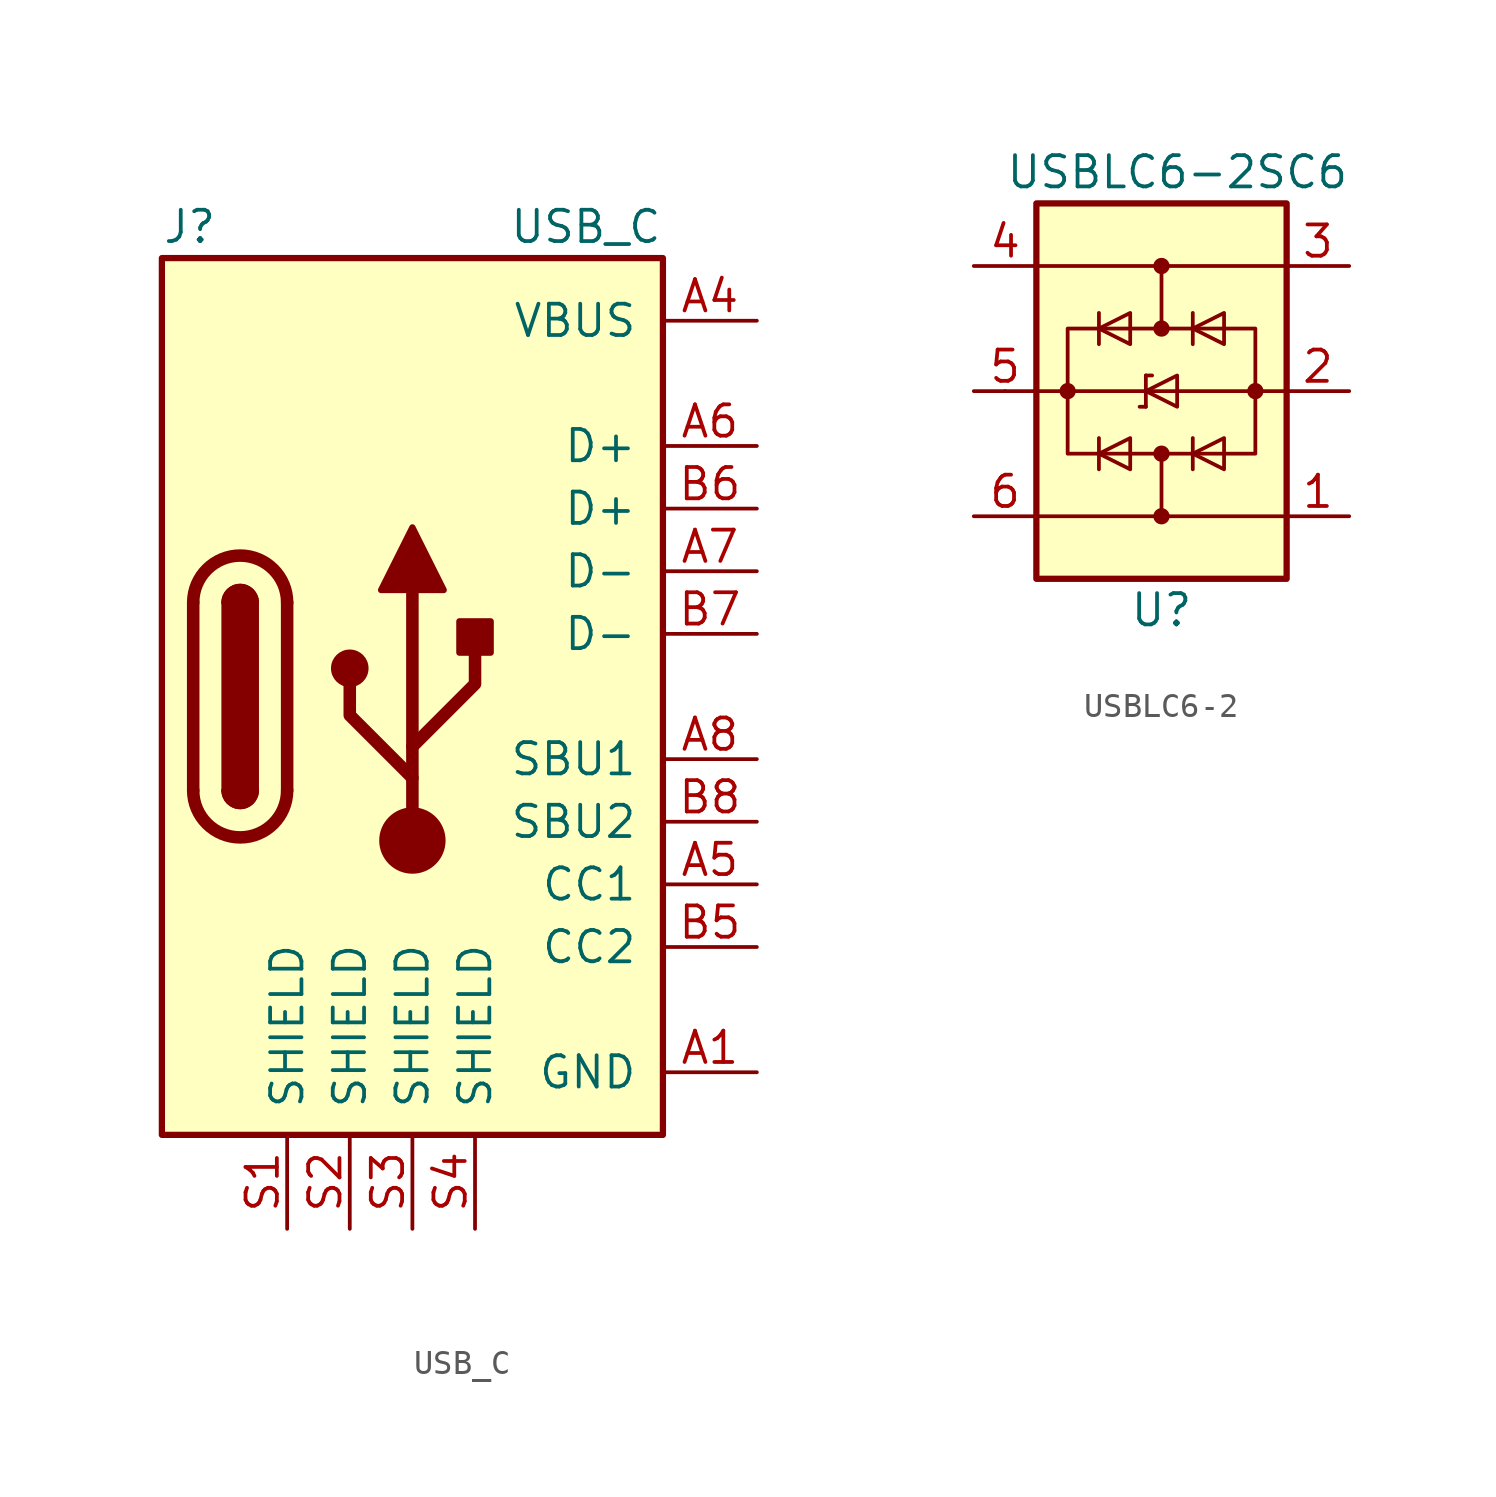
<source format=kicad_sym>
(kicad_symbol_lib
  (version 20220914)
  (generator kicad_symbol_editor)
  (symbol "USB_C"
    (pin_names
      (offset 1.016))
    (property "Reference" "J"
      (at -10.16 19.05 0)
      (effects (font (size 1.27 1.27)) (justify left)))
    (property "Value" "USB_C"
      (at 10.16 19.05 0)
      (effects (font (size 1.27 1.27)) (justify right)))
    (symbol "USB_C_0_1"
      (rectangle (start -10.16 17.78) (end 10.16 -17.78) (stroke (width 0.254) (type default)) (fill (type background)))
      (arc (start -8.89 -3.81) (mid -6.985 -5.7067) (end -5.08 -3.81) (stroke (width 0.508) (type default)) (fill (type none)))
      (arc (start -7.62 -3.81) (mid -6.985 -4.4423) (end -6.35 -3.81) (stroke (width 0.254) (type default)) (fill (type none)))
      (arc (start -7.62 -3.81) (mid -6.985 -4.4423) (end -6.35 -3.81) (stroke (width 0.254) (type default)) (fill (type outline)))
      (rectangle (start -7.62 3.81) (end -6.35 -3.81) (stroke (width 0.254) (type default)) (fill (type outline)))
      (arc (start -6.35 3.81) (mid -6.985 4.4423) (end -7.62 3.81) (stroke (width 0.254) (type default)) (fill (type none)))
      (arc (start -6.35 3.81) (mid -6.985 4.4423) (end -7.62 3.81) (stroke (width 0.254) (type default)) (fill (type outline)))
      (arc (start -5.08 3.81) (mid -6.985 5.7067) (end -8.89 3.81) (stroke (width 0.508) (type default)) (fill (type none)))
      (circle (center -2.54 1.143) (radius 0.635) (stroke (width 0.254) (type default)) (fill (type outline)))
      (circle (center 0 -5.842) (radius 1.27) (stroke (width 0) (type default)) (fill (type outline)))
      (polyline (pts (xy -8.89 -3.81) (xy -8.89 3.81)) (stroke (width 0.508) (type default)) (fill (type none)))
      (polyline (pts (xy -5.08 3.81) (xy -5.08 -3.81)) (stroke (width 0.508) (type default)) (fill (type none)))
      (polyline (pts (xy 0 -5.842) (xy 0 4.318)) (stroke (width 0.508) (type default)) (fill (type none)))
      (polyline (pts (xy 0 -3.302) (xy -2.54 -0.762) (xy -2.54 0.508)) (stroke (width 0.508) (type default)) (fill (type none)))
      (polyline (pts (xy 0 -2.032) (xy 2.54 0.508) (xy 2.54 1.778)) (stroke (width 0.508) (type default)) (fill (type none)))
      (polyline (pts (xy -1.27 4.318) (xy 0 6.858) (xy 1.27 4.318) (xy -1.27 4.318)) (stroke (width 0.254) (type default)) (fill (type outline)))
      (rectangle (start 1.905 1.778) (end 3.175 3.048) (stroke (width 0.254) (type default)) (fill (type outline))))
    (symbol "USB_C_1_1"
      (pin power_out line (at 13.97 -15.24 180) (length 3.81) (name "GND" (effects (font (size 1.27 1.27)))) (number "A1" (effects (font (size 1.27 1.27)))))
      (pin power_out line (at 13.97 -15.24 180) (length 3.81) hide (name "GND" (effects (font (size 1.27 1.27)))) (number "A12" (effects (font (size 1.27 1.27)))))
      (pin power_out line (at 13.97 15.24 180) (length 3.81) (name "VBUS" (effects (font (size 1.27 1.27)))) (number "A4" (effects (font (size 1.27 1.27)))))
      (pin bidirectional line (at 13.97 -7.62 180) (length 3.81) (name "CC1" (effects (font (size 1.27 1.27)))) (number "A5" (effects (font (size 1.27 1.27)))))
      (pin bidirectional line (at 13.97 10.16 180) (length 3.81) (name "D+" (effects (font (size 1.27 1.27)))) (number "A6" (effects (font (size 1.27 1.27)))))
      (pin bidirectional line (at 13.97 5.08 180) (length 3.81) (name "D-" (effects (font (size 1.27 1.27)))) (number "A7" (effects (font (size 1.27 1.27)))))
      (pin bidirectional line (at 13.97 -2.54 180) (length 3.81) (name "SBU1" (effects (font (size 1.27 1.27)))) (number "A8" (effects (font (size 1.27 1.27)))))
      (pin power_out line (at 13.97 15.24 180) (length 3.81) hide (name "VBUS" (effects (font (size 1.27 1.27)))) (number "A9" (effects (font (size 1.27 1.27)))))
      (pin power_out line (at 13.97 -15.24 180) (length 3.81) hide (name "GND" (effects (font (size 1.27 1.27)))) (number "B1" (effects (font (size 1.27 1.27)))))
      (pin power_out line (at 13.97 -15.24 180) (length 3.81) hide (name "GND" (effects (font (size 1.27 1.27)))) (number "B12" (effects (font (size 1.27 1.27)))))
      (pin power_out line (at 13.97 15.24 180) (length 3.81) hide (name "VBUS" (effects (font (size 1.27 1.27)))) (number "B4" (effects (font (size 1.27 1.27)))))
      (pin bidirectional line (at 13.97 -10.16 180) (length 3.81) (name "CC2" (effects (font (size 1.27 1.27)))) (number "B5" (effects (font (size 1.27 1.27)))))
      (pin bidirectional line (at 13.97 7.62 180) (length 3.81) (name "D+" (effects (font (size 1.27 1.27)))) (number "B6" (effects (font (size 1.27 1.27)))))
      (pin bidirectional line (at 13.97 2.54 180) (length 3.81) (name "D-" (effects (font (size 1.27 1.27)))) (number "B7" (effects (font (size 1.27 1.27)))))
      (pin bidirectional line (at 13.97 -5.08 180) (length 3.81) (name "SBU2" (effects (font (size 1.27 1.27)))) (number "B8" (effects (font (size 1.27 1.27)))))
      (pin power_out line (at 13.97 15.24 180) (length 3.81) hide (name "VBUS" (effects (font (size 1.27 1.27)))) (number "B9" (effects (font (size 1.27 1.27)))))
      (pin passive line (at -5.08 -21.59 90) (length 3.81) (name "SHIELD" (effects (font (size 1.27 1.27)))) (number "S1" (effects (font (size 1.27 1.27)))))
      (pin passive line (at -2.54 -21.59 90) (length 3.81) (name "SHIELD" (effects (font (size 1.27 1.27)))) (number "S2" (effects (font (size 1.27 1.27)))))
      (pin passive line (at 0 -21.59 90) (length 3.81) (name "SHIELD" (effects (font (size 1.27 1.27)))) (number "S3" (effects (font (size 1.27 1.27)))))
      (pin passive line (at 2.54 -21.59 90) (length 3.81) (name "SHIELD" (effects (font (size 1.27 1.27)))) (number "S4" (effects (font (size 1.27 1.27)))))))
  (symbol "USBLC6-2"
    (pin_names hide)
    (property "Reference" "U"
      (at 0 -8.89 0)
      (effects (font (size 1.27 1.27))))
    (property "Value" "USBLC6-2SC6"
      (at -6.35 8.89 0)
      (effects (font (size 1.27 1.27)) (justify left)))
    (symbol "USBLC6-2_0_1"
      (circle (center -3.81 0) (radius 0.254) (stroke (width 0) (type default)) (fill (type outline)))
      (rectangle (start -3.81 2.54) (end 3.81 -2.54) (stroke (width 0) (type default)) (fill (type none)))
      (circle (center 0 -5.08) (radius 0.254) (stroke (width 0) (type default)) (fill (type outline)))
      (circle (center 0 -2.54) (radius 0.254) (stroke (width 0) (type default)) (fill (type outline)))
      (polyline (pts (xy -6.35 0) (xy -6.35 0)) (stroke (width 0) (type default)) (fill (type none)))
      (polyline (pts (xy -2.54 -3.175) (xy -2.54 -1.905)) (stroke (width 0) (type default)) (fill (type none)))
      (polyline (pts (xy -2.54 1.905) (xy -2.54 3.175)) (stroke (width 0) (type default)) (fill (type none)))
      (polyline (pts (xy -0.635 -0.635) (xy -0.635 0.635)) (stroke (width 0) (type default)) (fill (type none)))
      (polyline (pts (xy 0 -5.08) (xy 5.08 -5.08)) (stroke (width 0) (type default)) (fill (type none)))
      (polyline (pts (xy 0 5.08) (xy 5.08 5.08)) (stroke (width 0) (type default)) (fill (type none)))
      (polyline (pts (xy 1.27 -3.175) (xy 1.27 -1.905)) (stroke (width 0) (type default)) (fill (type none)))
      (polyline (pts (xy 1.27 1.905) (xy 1.27 3.175)) (stroke (width 0) (type default)) (fill (type none)))
      (polyline (pts (xy 5.08 0) (xy -5.08 0)) (stroke (width 0) (type default)) (fill (type none)))
      (polyline (pts (xy 0 -2.54) (xy 0 -5.08) (xy -5.08 -5.08)) (stroke (width 0) (type default)) (fill (type none)))
      (polyline (pts (xy 0 2.54) (xy 0 5.08) (xy -5.08 5.08)) (stroke (width 0) (type default)) (fill (type none)))
      (polyline (pts (xy -1.27 -1.905) (xy -1.27 -3.175) (xy -2.54 -2.54) (xy -1.27 -1.905)) (stroke (width 0) (type default)) (fill (type none)))
      (polyline (pts (xy -1.27 3.175) (xy -1.27 1.905) (xy -2.54 2.54) (xy -1.27 3.175)) (stroke (width 0) (type default)) (fill (type none)))
      (polyline (pts (xy 0.635 0.635) (xy 0.635 -0.635) (xy -0.635 0) (xy 0.635 0.635)) (stroke (width 0) (type default)) (fill (type none)))
      (polyline (pts (xy 2.54 -1.905) (xy 2.54 -3.175) (xy 1.27 -2.54) (xy 2.54 -1.905)) (stroke (width 0) (type default)) (fill (type none)))
      (polyline (pts (xy 2.54 3.175) (xy 2.54 1.905) (xy 1.27 2.54) (xy 2.54 3.175)) (stroke (width 0) (type default)) (fill (type none)))
      (circle (center 0 2.54) (radius 0.254) (stroke (width 0) (type default)) (fill (type outline)))
      (circle (center 0 5.08) (radius 0.254) (stroke (width 0) (type default)) (fill (type outline)))
      (circle (center 3.81 0) (radius 0.254) (stroke (width 0) (type default)) (fill (type outline))))
    (symbol "USBLC6-2_1_1"
      (rectangle (start -5.08 7.62) (end 5.08 -7.62) (stroke (width 0.254) (type default)) (fill (type background)))
      (polyline (pts (xy -0.635 -0.635) (xy -0.889 -0.635)) (stroke (width 0) (type default)) (fill (type none)))
      (polyline (pts (xy -0.635 0.635) (xy -0.381 0.635)) (stroke (width 0) (type default)) (fill (type none)))
      (pin passive line (at 7.62 -5.08 180) (length 2.54) (name "I/O1" (effects (font (size 1.27 1.27)))) (number "1" (effects (font (size 1.27 1.27)))))
      (pin passive line (at 7.62 0 180) (length 2.54) (name "GND" (effects (font (size 1.27 1.27)))) (number "2" (effects (font (size 1.27 1.27)))))
      (pin passive line (at 7.62 5.08 180) (length 2.54) (name "I/O2" (effects (font (size 1.27 1.27)))) (number "3" (effects (font (size 1.27 1.27)))))
      (pin passive line (at -7.62 5.08 0) (length 2.54) (name "I/O2" (effects (font (size 1.27 1.27)))) (number "4" (effects (font (size 1.27 1.27)))))
      (pin passive line (at -7.62 0 0) (length 2.54) (name "VBUS" (effects (font (size 1.27 1.27)))) (number "5" (effects (font (size 1.27 1.27)))))
      (pin passive line (at -7.62 -5.08 0) (length 2.54) (name "I/O1" (effects (font (size 1.27 1.27)))) (number "6" (effects (font (size 1.27 1.27))))))))
</source>
